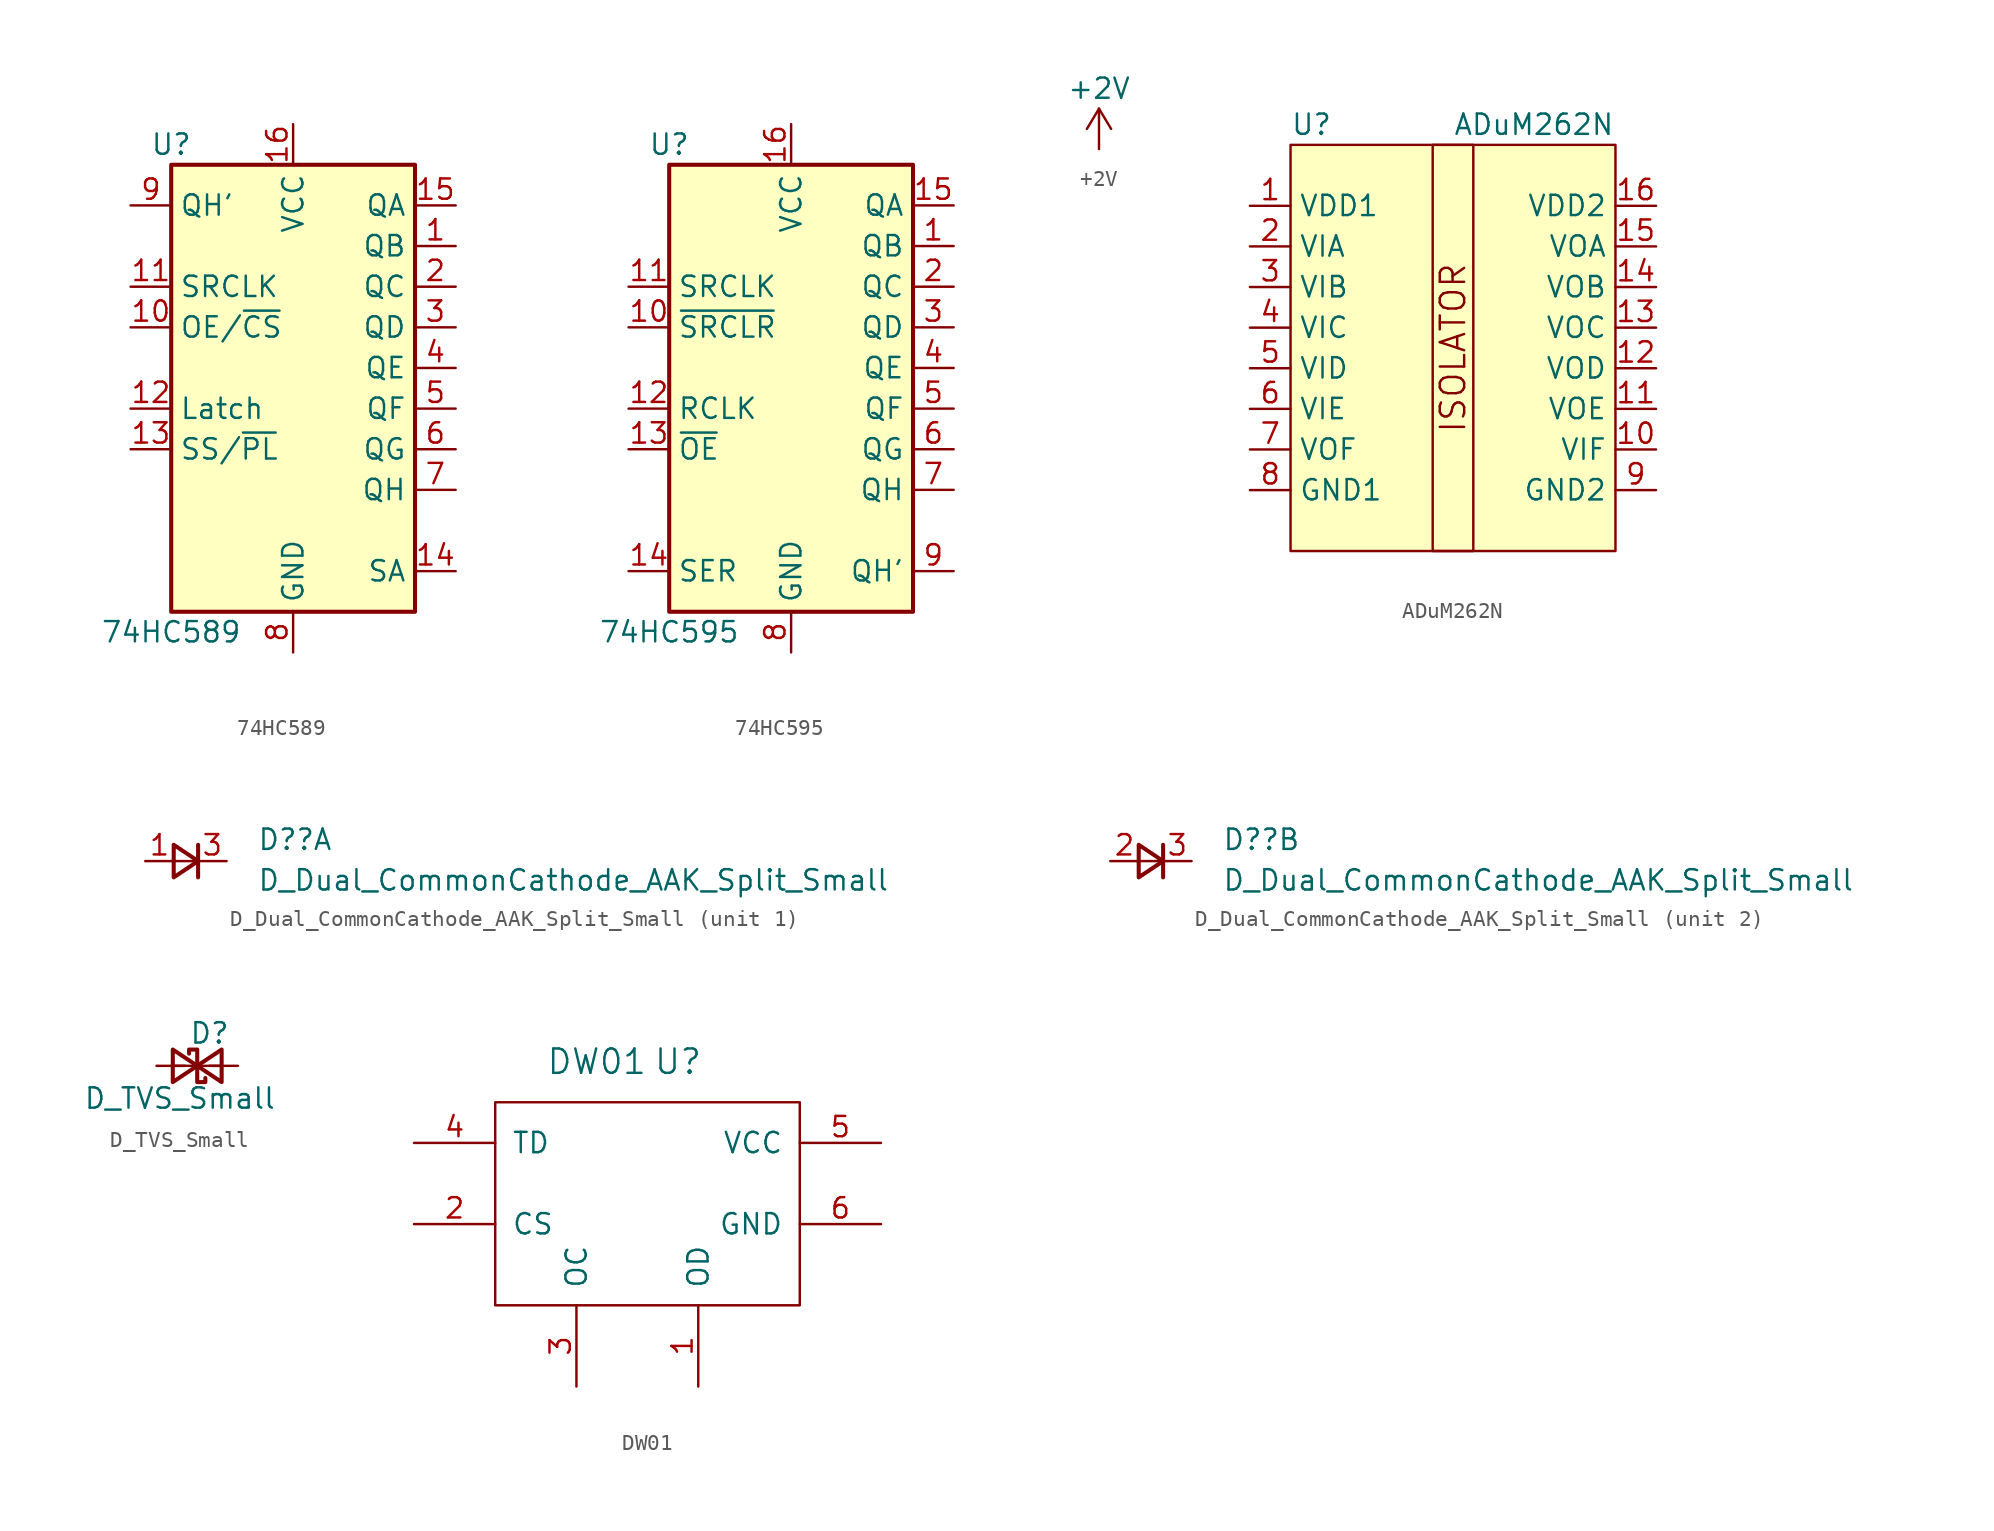
<source format=kicad_sym>
(kicad_symbol_lib
  (version 20220914)
  (generator kicad_symbol_editor)
  (symbol "74HC589"
    (property "Reference" "U"
      (at -7.62 13.97 0)
      (effects (font (size 1.27 1.27))))
    (property "Value" "74HC589"
      (at -7.62 -16.51 0)
      (effects (font (size 1.27 1.27))))
    (symbol "74HC589_1_0"
      (pin tri_state line (at 10.16 7.62 180) (length 2.54) (name "QB" (effects (font (size 1.27 1.27)))) (number "1" (effects (font (size 1.27 1.27)))))
      (pin input line (at -10.16 2.54 0) (length 2.54) (name "OE/~{CS}" (effects (font (size 1.27 1.27)))) (number "10" (effects (font (size 1.27 1.27)))))
      (pin input line (at -10.16 5.08 0) (length 2.54) (name "SRCLK" (effects (font (size 1.27 1.27)))) (number "11" (effects (font (size 1.27 1.27)))))
      (pin input line (at -10.16 -2.54 0) (length 2.54) (name "Latch" (effects (font (size 1.27 1.27)))) (number "12" (effects (font (size 1.27 1.27)))))
      (pin input line (at -10.16 -5.08 0) (length 2.54) (name "SS/~{PL}" (effects (font (size 1.27 1.27)))) (number "13" (effects (font (size 1.27 1.27)))))
      (pin input line (at 10.16 -12.7 180) (length 2.54) (name "SA" (effects (font (size 1.27 1.27)))) (number "14" (effects (font (size 1.27 1.27)))))
      (pin tri_state line (at 10.16 10.16 180) (length 2.54) (name "QA" (effects (font (size 1.27 1.27)))) (number "15" (effects (font (size 1.27 1.27)))))
      (pin power_in line (at 0 15.24 270) (length 2.54) (name "VCC" (effects (font (size 1.27 1.27)))) (number "16" (effects (font (size 1.27 1.27)))))
      (pin tri_state line (at 10.16 5.08 180) (length 2.54) (name "QC" (effects (font (size 1.27 1.27)))) (number "2" (effects (font (size 1.27 1.27)))))
      (pin tri_state line (at 10.16 2.54 180) (length 2.54) (name "QD" (effects (font (size 1.27 1.27)))) (number "3" (effects (font (size 1.27 1.27)))))
      (pin tri_state line (at 10.16 0 180) (length 2.54) (name "QE" (effects (font (size 1.27 1.27)))) (number "4" (effects (font (size 1.27 1.27)))))
      (pin tri_state line (at 10.16 -2.54 180) (length 2.54) (name "QF" (effects (font (size 1.27 1.27)))) (number "5" (effects (font (size 1.27 1.27)))))
      (pin tri_state line (at 10.16 -5.08 180) (length 2.54) (name "QG" (effects (font (size 1.27 1.27)))) (number "6" (effects (font (size 1.27 1.27)))))
      (pin tri_state line (at 10.16 -7.62 180) (length 2.54) (name "QH" (effects (font (size 1.27 1.27)))) (number "7" (effects (font (size 1.27 1.27)))))
      (pin power_in line (at 0 -17.78 90) (length 2.54) (name "GND" (effects (font (size 1.27 1.27)))) (number "8" (effects (font (size 1.27 1.27)))))
      (pin output line (at -10.16 10.16 0) (length 2.54) (name "QH'" (effects (font (size 1.27 1.27)))) (number "9" (effects (font (size 1.27 1.27))))))
    (symbol "74HC589_1_1"
      (rectangle (start -7.62 12.7) (end 7.62 -15.24) (stroke (width 0.254) (type default)) (fill (type background)))))
  (symbol "74HC595"
    (property "Reference" "U"
      (at -7.62 13.97 0)
      (effects (font (size 1.27 1.27))))
    (property "Value" "74HC595"
      (at -7.62 -16.51 0)
      (effects (font (size 1.27 1.27))))
    (symbol "74HC595_1_0"
      (pin tri_state line (at 10.16 7.62 180) (length 2.54) (name "QB" (effects (font (size 1.27 1.27)))) (number "1" (effects (font (size 1.27 1.27)))))
      (pin input line (at -10.16 2.54 0) (length 2.54) (name "~{SRCLR}" (effects (font (size 1.27 1.27)))) (number "10" (effects (font (size 1.27 1.27)))))
      (pin input line (at -10.16 5.08 0) (length 2.54) (name "SRCLK" (effects (font (size 1.27 1.27)))) (number "11" (effects (font (size 1.27 1.27)))))
      (pin input line (at -10.16 -2.54 0) (length 2.54) (name "RCLK" (effects (font (size 1.27 1.27)))) (number "12" (effects (font (size 1.27 1.27)))))
      (pin input line (at -10.16 -5.08 0) (length 2.54) (name "~{OE}" (effects (font (size 1.27 1.27)))) (number "13" (effects (font (size 1.27 1.27)))))
      (pin input line (at -10.16 -12.7 0) (length 2.54) (name "SER" (effects (font (size 1.27 1.27)))) (number "14" (effects (font (size 1.27 1.27)))))
      (pin tri_state line (at 10.16 10.16 180) (length 2.54) (name "QA" (effects (font (size 1.27 1.27)))) (number "15" (effects (font (size 1.27 1.27)))))
      (pin power_in line (at 0 15.24 270) (length 2.54) (name "VCC" (effects (font (size 1.27 1.27)))) (number "16" (effects (font (size 1.27 1.27)))))
      (pin tri_state line (at 10.16 5.08 180) (length 2.54) (name "QC" (effects (font (size 1.27 1.27)))) (number "2" (effects (font (size 1.27 1.27)))))
      (pin tri_state line (at 10.16 2.54 180) (length 2.54) (name "QD" (effects (font (size 1.27 1.27)))) (number "3" (effects (font (size 1.27 1.27)))))
      (pin tri_state line (at 10.16 0 180) (length 2.54) (name "QE" (effects (font (size 1.27 1.27)))) (number "4" (effects (font (size 1.27 1.27)))))
      (pin tri_state line (at 10.16 -2.54 180) (length 2.54) (name "QF" (effects (font (size 1.27 1.27)))) (number "5" (effects (font (size 1.27 1.27)))))
      (pin tri_state line (at 10.16 -5.08 180) (length 2.54) (name "QG" (effects (font (size 1.27 1.27)))) (number "6" (effects (font (size 1.27 1.27)))))
      (pin tri_state line (at 10.16 -7.62 180) (length 2.54) (name "QH" (effects (font (size 1.27 1.27)))) (number "7" (effects (font (size 1.27 1.27)))))
      (pin power_in line (at 0 -17.78 90) (length 2.54) (name "GND" (effects (font (size 1.27 1.27)))) (number "8" (effects (font (size 1.27 1.27)))))
      (pin output line (at 10.16 -12.7 180) (length 2.54) (name "QH'" (effects (font (size 1.27 1.27)))) (number "9" (effects (font (size 1.27 1.27))))))
    (symbol "74HC595_1_1"
      (rectangle (start -7.62 12.7) (end 7.62 -15.24) (stroke (width 0.254) (type default)) (fill (type background)))))
  (symbol "+2V"
    (power)
    (pin_names
      (offset 0))
    (property "Reference" "#PWR?"
      (at 0 -3.81 0)
      (effects (font (size 1.27 1.27)) hide))
    (property "Value" "+2V"
      (at 0 3.81 0)
      (effects (font (size 1.27 1.27))))
    (symbol "+2V_0_1"
      (polyline (pts (xy -0.762 1.27) (xy 0 2.54)) (stroke (width 0) (type default)) (fill (type none)))
      (polyline (pts (xy 0 0) (xy 0 2.54)) (stroke (width 0) (type default)) (fill (type none)))
      (polyline (pts (xy 0 2.54) (xy 0.762 1.27)) (stroke (width 0) (type default)) (fill (type none))))
    (symbol "+2V_1_1"
      (pin power_in line (at 0 0 90) (length 0) hide (name "+2V" (effects (font (size 1.27 1.27)))) (number "1" (effects (font (size 1.27 1.27)))))))
  (symbol "ADuM262N"
    (property "Reference" "U"
      (at -10.16 12.7 0)
      (effects (font (size 1.27 1.27)) (justify left)))
    (property "Value" "ADuM262N"
      (at 0 12.7 0)
      (effects (font (size 1.27 1.27)) (justify left)))
    (symbol "ADuM262N_0_0"
      (text "ISOLATOR" (at 0 -1.27 900) (effects (font (size 1.524 1.524)))))
    (symbol "ADuM262N_0_1"
      (rectangle (start -10.16 11.43) (end 10.16 -13.97) (stroke (width 0) (type default)) (fill (type background)))
      (rectangle (start -1.27 11.43) (end 1.27 -13.97) (stroke (width 0) (type default)) (fill (type none))))
    (symbol "ADuM262N_1_1"
      (pin power_in line (at -12.7 7.62 0) (length 2.54) (name "VDD1" (effects (font (size 1.27 1.27)))) (number "1" (effects (font (size 1.27 1.27)))))
      (pin input line (at 12.7 -7.62 180) (length 2.54) (name "VIF" (effects (font (size 1.27 1.27)))) (number "10" (effects (font (size 1.27 1.27)))))
      (pin output line (at 12.7 -5.08 180) (length 2.54) (name "VOE" (effects (font (size 1.27 1.27)))) (number "11" (effects (font (size 1.27 1.27)))))
      (pin output line (at 12.7 -2.54 180) (length 2.54) (name "VOD" (effects (font (size 1.27 1.27)))) (number "12" (effects (font (size 1.27 1.27)))))
      (pin output line (at 12.7 0 180) (length 2.54) (name "VOC" (effects (font (size 1.27 1.27)))) (number "13" (effects (font (size 1.27 1.27)))))
      (pin output line (at 12.7 2.54 180) (length 2.54) (name "VOB" (effects (font (size 1.27 1.27)))) (number "14" (effects (font (size 1.27 1.27)))))
      (pin output line (at 12.7 5.08 180) (length 2.54) (name "VOA" (effects (font (size 1.27 1.27)))) (number "15" (effects (font (size 1.27 1.27)))))
      (pin power_in line (at 12.7 7.62 180) (length 2.54) (name "VDD2" (effects (font (size 1.27 1.27)))) (number "16" (effects (font (size 1.27 1.27)))))
      (pin input line (at -12.7 5.08 0) (length 2.54) (name "VIA" (effects (font (size 1.27 1.27)))) (number "2" (effects (font (size 1.27 1.27)))))
      (pin input line (at -12.7 2.54 0) (length 2.54) (name "VIB" (effects (font (size 1.27 1.27)))) (number "3" (effects (font (size 1.27 1.27)))))
      (pin input line (at -12.7 0 0) (length 2.54) (name "VIC" (effects (font (size 1.27 1.27)))) (number "4" (effects (font (size 1.27 1.27)))))
      (pin input line (at -12.7 -2.54 0) (length 2.54) (name "VID" (effects (font (size 1.27 1.27)))) (number "5" (effects (font (size 1.27 1.27)))))
      (pin input line (at -12.7 -5.08 0) (length 2.54) (name "VIE" (effects (font (size 1.27 1.27)))) (number "6" (effects (font (size 1.27 1.27)))))
      (pin output line (at -12.7 -7.62 0) (length 2.54) (name "VOF" (effects (font (size 1.27 1.27)))) (number "7" (effects (font (size 1.27 1.27)))))
      (pin power_in line (at -12.7 -10.16 0) (length 2.54) (name "GND1" (effects (font (size 1.27 1.27)))) (number "8" (effects (font (size 1.27 1.27)))))
      (pin power_in line (at 12.7 -10.16 180) (length 2.54) (name "GND2" (effects (font (size 1.27 1.27)))) (number "9" (effects (font (size 1.27 1.27)))))))
  (symbol "D_Dual_CommonCathode_AAK_Split_Small"
    (pin_names
      (offset 0.762) hide)
    (property "Reference" "D?"
      (at 4.445 1.342 0)
      (effects (font (size 1.27 1.27)) (justify left)))
    (property "Value" "D_Dual_CommonCathode_AAK_Split_Small"
      (at 4.445 -1.195 0)
      (effects (font (size 1.27 1.27)) (justify left)))
    (property "ki_locked" ""
      (at 0 0 0)
      (effects (font (size 1.27 1.27))))
    (symbol "D_Dual_CommonCathode_AAK_Split_Small_0_1"
      (polyline (pts (xy 0.762 0) (xy -0.762 0)) (stroke (width 0) (type default)) (fill (type none)))
      (polyline (pts (xy 0.762 1.016) (xy 0.762 -1.016)) (stroke (width 0.254) (type default)) (fill (type none)))
      (polyline (pts (xy -0.762 1.016) (xy 0.762 0) (xy -0.762 -1.016) (xy -0.762 1.016)) (stroke (width 0.254) (type default)) (fill (type none)))
      (pin passive line (at 2.54 0 180) (length 1.778) (name "K" (effects (font (size 1.27 1.27)))) (number "3" (effects (font (size 1.27 1.27))))))
    (symbol "D_Dual_CommonCathode_AAK_Split_Small_1_1"
      (pin passive line (at -2.54 0 0) (length 1.778) (name "A" (effects (font (size 1.27 1.27)))) (number "1" (effects (font (size 1.27 1.27))))))
    (symbol "D_Dual_CommonCathode_AAK_Split_Small_2_1"
      (pin passive line (at -2.54 0 0) (length 1.778) (name "A" (effects (font (size 1.27 1.27)))) (number "2" (effects (font (size 1.27 1.27)))))))
  (symbol "D_TVS_Small"
    (pin_numbers hide)
    (pin_names
      (offset 0.254) hide)
    (property "Reference" "D"
      (at -0.508 2.032 0)
      (effects (font (size 1.27 1.27)) (justify left)))
    (property "Value" "D_TVS_Small"
      (at -7.112 -2.032 0)
      (effects (font (size 1.27 1.27)) (justify left)))
    (symbol "D_TVS_Small_0_1"
      (polyline (pts (xy -1.524 0) (xy 0 0)) (stroke (width 0) (type default)) (fill (type none)))
      (polyline (pts (xy 0 0) (xy 1.524 0)) (stroke (width 0) (type default)) (fill (type none)))
      (polyline (pts (xy -1.524 1.016) (xy 0 0) (xy -1.524 -1.016) (xy -1.524 1.016)) (stroke (width 0.254) (type default)) (fill (type none)))
      (polyline (pts (xy 1.524 -1.016) (xy 0 0) (xy 1.524 1.016) (xy 1.524 -1.016)) (stroke (width 0.254) (type default)) (fill (type none)))
      (polyline (pts (xy -0.508 0.762) (xy -0.508 1.016) (xy 0 1.016) (xy 0 -1.016) (xy 0.508 -1.016) (xy 0.508 -0.762)) (stroke (width 0.254) (type default)) (fill (type none))))
    (symbol "D_TVS_Small_1_1"
      (pin passive line (at -2.54 0 0) (length 1.778) (name "K" (effects (font (size 1.27 1.27)))) (number "1" (effects (font (size 1.27 1.27)))))
      (pin passive line (at 2.54 0 180) (length 1.778) (name "A" (effects (font (size 1.27 1.27)))) (number "2" (effects (font (size 1.27 1.27)))))))
  (symbol "DW01"
    (pin_names
      (offset 1.016))
    (property "Reference" "U"
      (at 2.54 8.89 0)
      (effects (font (size 1.524 1.524))))
    (property "Value" "DW01"
      (at -2.54 8.89 0)
      (effects (font (size 1.524 1.524))))
    (symbol "DW01_0_1"
      (rectangle (start -8.89 6.35) (end 10.16 -6.35) (stroke (width 0) (type default)) (fill (type none))))
    (symbol "DW01_1_1"
      (pin input line (at 3.81 -11.43 90) (length 5.08) (name "OD" (effects (font (size 1.27 1.27)))) (number "1" (effects (font (size 1.27 1.27)))))
      (pin input line (at -13.97 -1.27 0) (length 5.08) (name "CS" (effects (font (size 1.27 1.27)))) (number "2" (effects (font (size 1.27 1.27)))))
      (pin input line (at -3.81 -11.43 90) (length 5.08) (name "OC" (effects (font (size 1.27 1.27)))) (number "3" (effects (font (size 1.27 1.27)))))
      (pin input line (at -13.97 3.81 0) (length 5.08) (name "TD" (effects (font (size 1.27 1.27)))) (number "4" (effects (font (size 1.27 1.27)))))
      (pin input line (at 15.24 3.81 180) (length 5.08) (name "VCC" (effects (font (size 1.27 1.27)))) (number "5" (effects (font (size 1.27 1.27)))))
      (pin input line (at 15.24 -1.27 180) (length 5.08) (name "GND" (effects (font (size 1.27 1.27)))) (number "6" (effects (font (size 1.27 1.27))))))))
</source>
